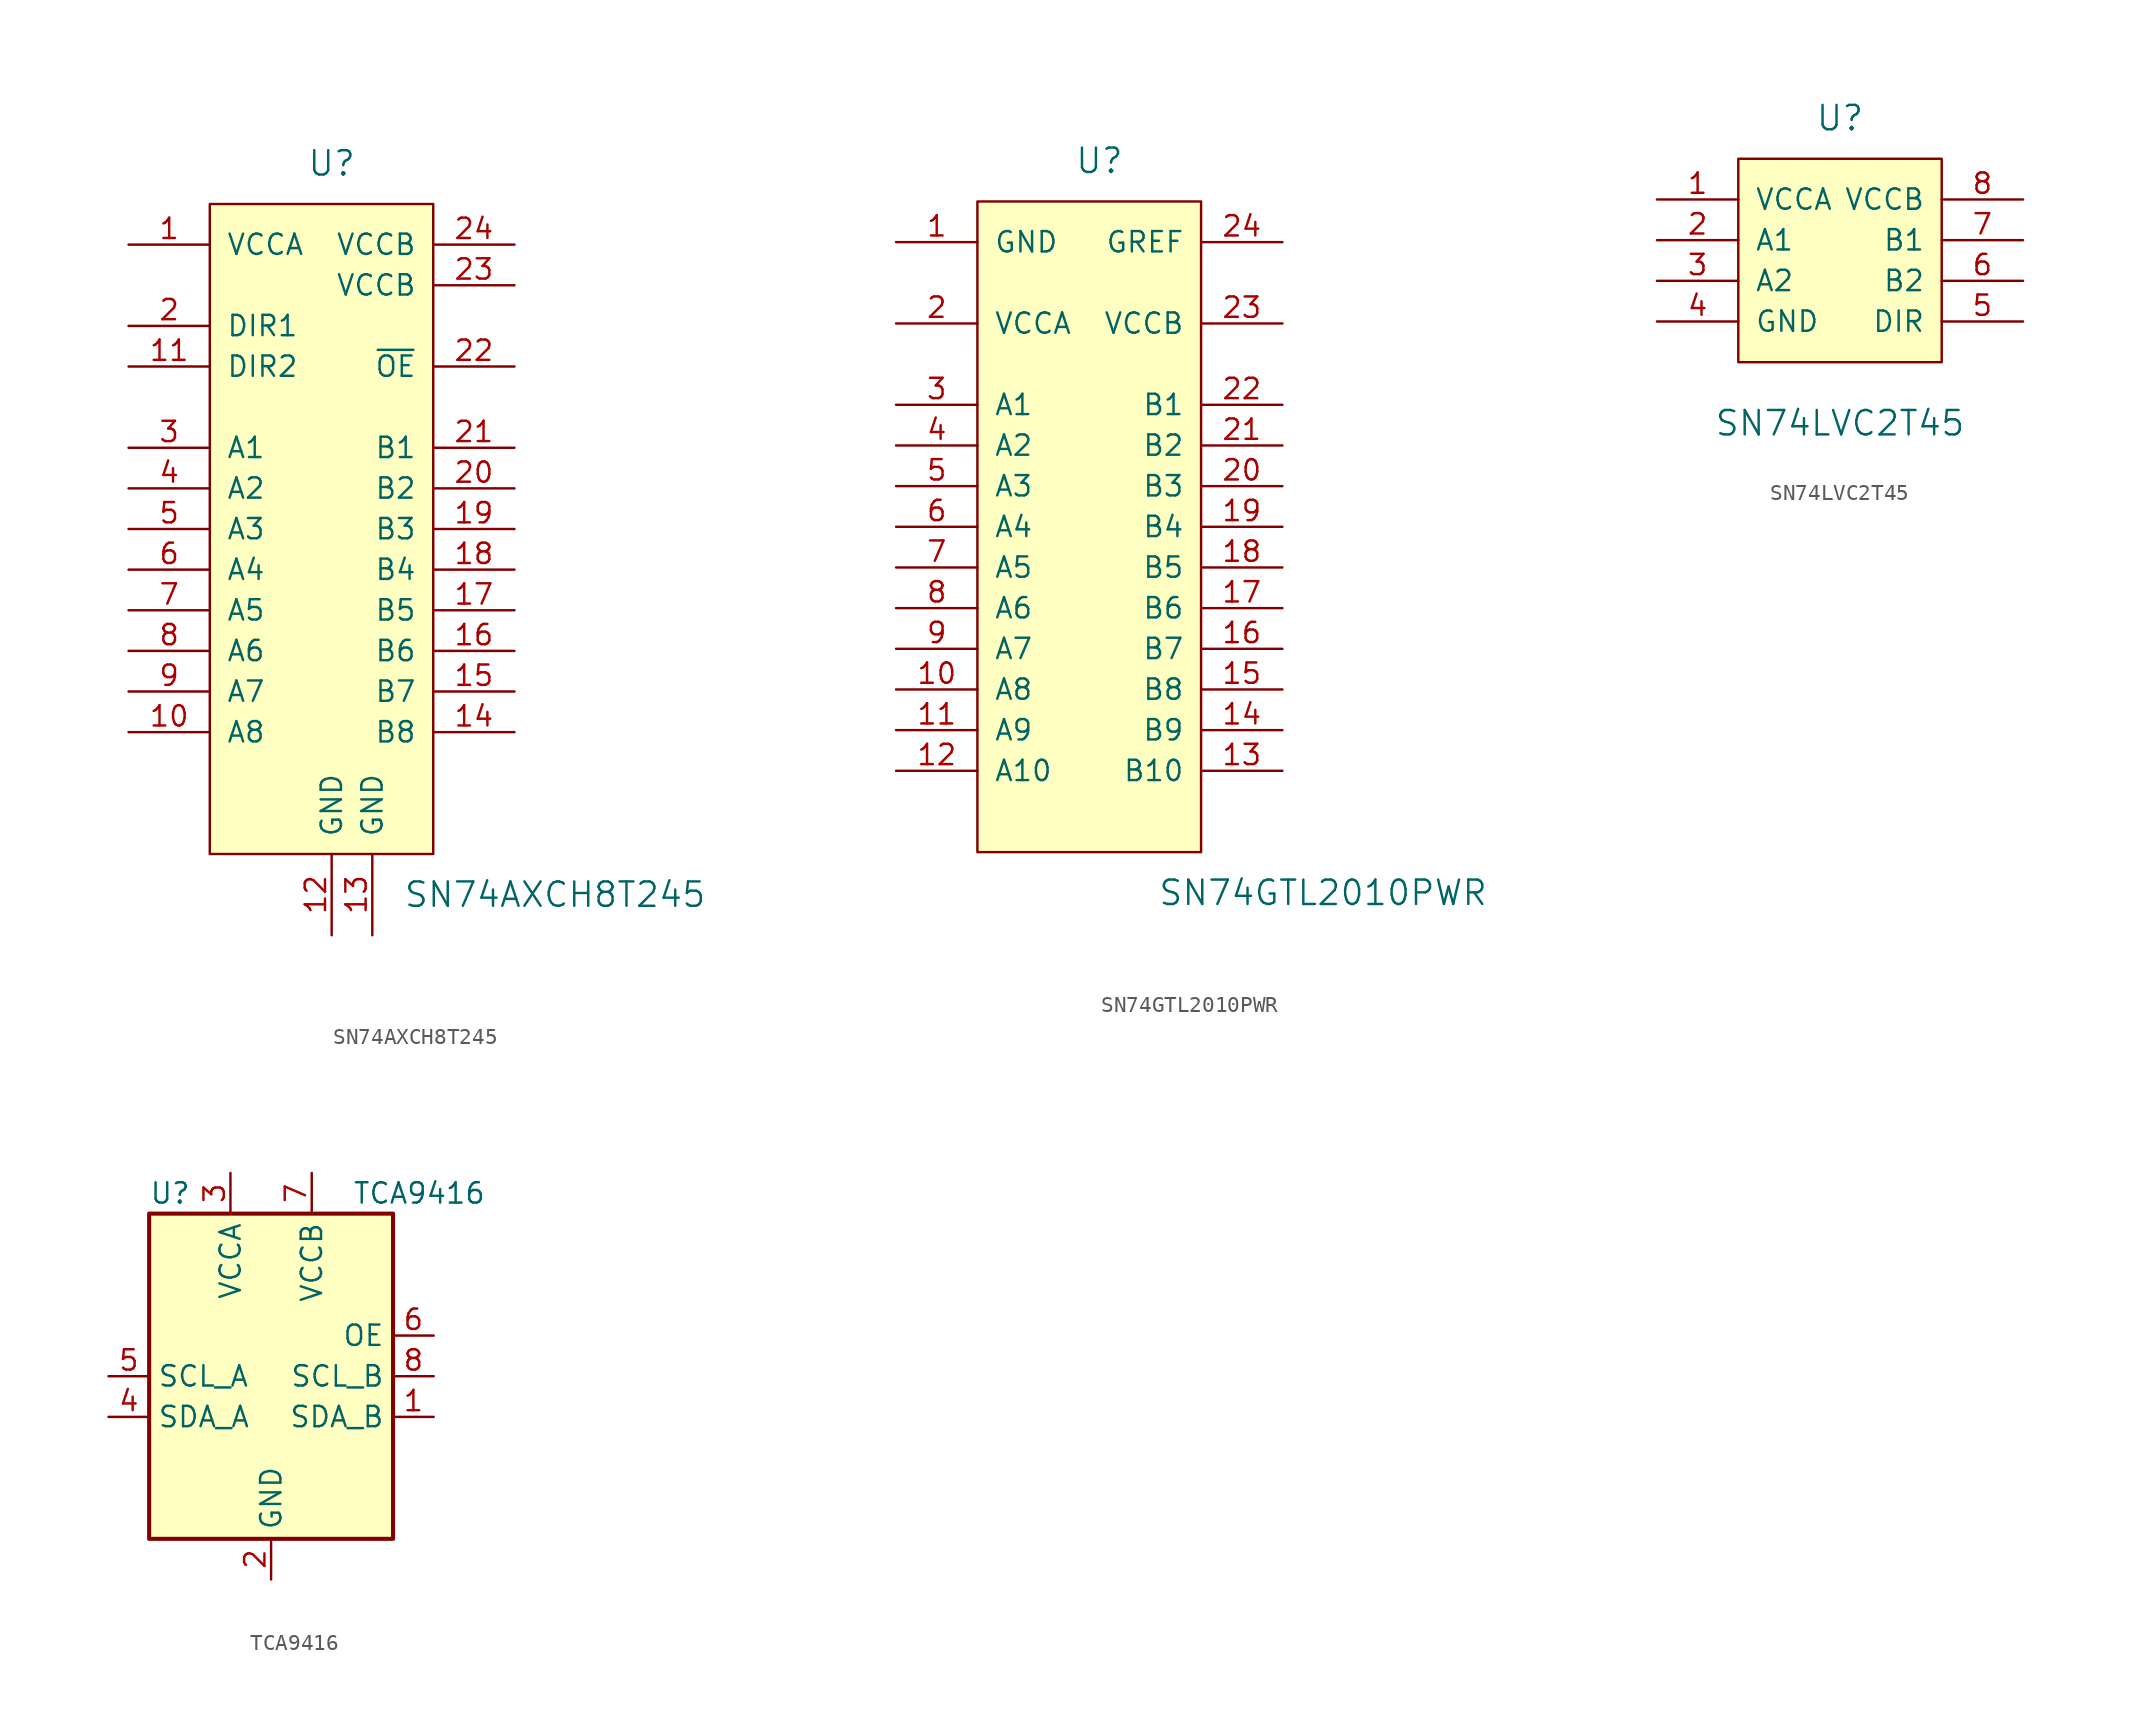
<source format=kicad_sym>
(kicad_symbol_lib
  (version 20201005)
  (generator kicad_symbol_editor)
  (symbol "voltage_translators:SN74AXCH8T245"
    (pin_names
      (offset 1.016))
    (property "Reference" "U"
      (at 0 25.4 0)
      (effects (font (size 1.524 1.524))))
    (property "Value" "SN74AXCH8T245"
      (at 13.97 -20.32 0)
      (effects (font (size 1.524 1.524))))
    (property "Datasheet" ""
      (at 0 0 0)
      (effects (font (size 1.524 1.524))))
    (symbol "SN74AXCH8T245_0_1"
      (rectangle (start -7.62 22.86) (end 6.35 -17.78) (stroke (width 0)) (fill (type background))))
    (symbol "SN74AXCH8T245_1_1"
      (pin input line (at -12.7 20.32 0) (length 5.08) (name "VCCA" (effects (font (size 1.27 1.27)))) (number "1" (effects (font (size 1.27 1.27)))))
      (pin input line (at -12.7 -10.16 0) (length 5.08) (name "A8" (effects (font (size 1.27 1.27)))) (number "10" (effects (font (size 1.27 1.27)))))
      (pin input line (at -12.7 12.7 0) (length 5.08) (name "DIR2" (effects (font (size 1.27 1.27)))) (number "11" (effects (font (size 1.27 1.27)))))
      (pin input line (at 0 -22.86 90) (length 5.08) (name "GND" (effects (font (size 1.27 1.27)))) (number "12" (effects (font (size 1.27 1.27)))))
      (pin input line (at 2.54 -22.86 90) (length 5.08) (name "GND" (effects (font (size 1.27 1.27)))) (number "13" (effects (font (size 1.27 1.27)))))
      (pin input line (at 11.43 -10.16 180) (length 5.08) (name "B8" (effects (font (size 1.27 1.27)))) (number "14" (effects (font (size 1.27 1.27)))))
      (pin input line (at 11.43 -7.62 180) (length 5.08) (name "B7" (effects (font (size 1.27 1.27)))) (number "15" (effects (font (size 1.27 1.27)))))
      (pin input line (at 11.43 -5.08 180) (length 5.08) (name "B6" (effects (font (size 1.27 1.27)))) (number "16" (effects (font (size 1.27 1.27)))))
      (pin input line (at 11.43 -2.54 180) (length 5.08) (name "B5" (effects (font (size 1.27 1.27)))) (number "17" (effects (font (size 1.27 1.27)))))
      (pin input line (at 11.43 0 180) (length 5.08) (name "B4" (effects (font (size 1.27 1.27)))) (number "18" (effects (font (size 1.27 1.27)))))
      (pin input line (at 11.43 2.54 180) (length 5.08) (name "B3" (effects (font (size 1.27 1.27)))) (number "19" (effects (font (size 1.27 1.27)))))
      (pin input line (at -12.7 15.24 0) (length 5.08) (name "DIR1" (effects (font (size 1.27 1.27)))) (number "2" (effects (font (size 1.27 1.27)))))
      (pin input line (at 11.43 5.08 180) (length 5.08) (name "B2" (effects (font (size 1.27 1.27)))) (number "20" (effects (font (size 1.27 1.27)))))
      (pin input line (at 11.43 7.62 180) (length 5.08) (name "B1" (effects (font (size 1.27 1.27)))) (number "21" (effects (font (size 1.27 1.27)))))
      (pin input line (at 11.43 12.7 180) (length 5.08) (name "~OE" (effects (font (size 1.27 1.27)))) (number "22" (effects (font (size 1.27 1.27)))))
      (pin input line (at 11.43 17.78 180) (length 5.08) (name "VCCB" (effects (font (size 1.27 1.27)))) (number "23" (effects (font (size 1.27 1.27)))))
      (pin input line (at 11.43 20.32 180) (length 5.08) (name "VCCB" (effects (font (size 1.27 1.27)))) (number "24" (effects (font (size 1.27 1.27)))))
      (pin input line (at -12.7 7.62 0) (length 5.08) (name "A1" (effects (font (size 1.27 1.27)))) (number "3" (effects (font (size 1.27 1.27)))))
      (pin input line (at -12.7 5.08 0) (length 5.08) (name "A2" (effects (font (size 1.27 1.27)))) (number "4" (effects (font (size 1.27 1.27)))))
      (pin input line (at -12.7 2.54 0) (length 5.08) (name "A3" (effects (font (size 1.27 1.27)))) (number "5" (effects (font (size 1.27 1.27)))))
      (pin input line (at -12.7 0 0) (length 5.08) (name "A4" (effects (font (size 1.27 1.27)))) (number "6" (effects (font (size 1.27 1.27)))))
      (pin input line (at -12.7 -2.54 0) (length 5.08) (name "A5" (effects (font (size 1.27 1.27)))) (number "7" (effects (font (size 1.27 1.27)))))
      (pin input line (at -12.7 -5.08 0) (length 5.08) (name "A6" (effects (font (size 1.27 1.27)))) (number "8" (effects (font (size 1.27 1.27)))))
      (pin input line (at -12.7 -7.62 0) (length 5.08) (name "A7" (effects (font (size 1.27 1.27)))) (number "9" (effects (font (size 1.27 1.27)))))))
  (symbol "voltage_translators:SN74GTL2010PWR"
    (pin_names
      (offset 1.016))
    (property "Reference" "U"
      (at 0 25.4 0)
      (effects (font (size 1.524 1.524))))
    (property "Value" "SN74GTL2010PWR"
      (at 13.97 -20.32 0)
      (effects (font (size 1.524 1.524))))
    (property "Datasheet" ""
      (at 0 0 0)
      (effects (font (size 1.524 1.524))))
    (symbol "SN74GTL2010PWR_0_1"
      (rectangle (start -7.62 22.86) (end 6.35 -17.78) (stroke (width 0)) (fill (type background))))
    (symbol "SN74GTL2010PWR_1_1"
      (pin input line (at -12.7 20.32 0) (length 5.08) (name "GND" (effects (font (size 1.27 1.27)))) (number "1" (effects (font (size 1.27 1.27)))))
      (pin input line (at -12.7 -7.62 0) (length 5.08) (name "A8" (effects (font (size 1.27 1.27)))) (number "10" (effects (font (size 1.27 1.27)))))
      (pin input line (at -12.7 -10.16 0) (length 5.08) (name "A9" (effects (font (size 1.27 1.27)))) (number "11" (effects (font (size 1.27 1.27)))))
      (pin input line (at -12.7 -12.7 0) (length 5.08) (name "A10" (effects (font (size 1.27 1.27)))) (number "12" (effects (font (size 1.27 1.27)))))
      (pin input line (at 11.43 -12.7 180) (length 5.08) (name "B10" (effects (font (size 1.27 1.27)))) (number "13" (effects (font (size 1.27 1.27)))))
      (pin input line (at 11.43 -10.16 180) (length 5.08) (name "B9" (effects (font (size 1.27 1.27)))) (number "14" (effects (font (size 1.27 1.27)))))
      (pin input line (at 11.43 -7.62 180) (length 5.08) (name "B8" (effects (font (size 1.27 1.27)))) (number "15" (effects (font (size 1.27 1.27)))))
      (pin input line (at 11.43 -5.08 180) (length 5.08) (name "B7" (effects (font (size 1.27 1.27)))) (number "16" (effects (font (size 1.27 1.27)))))
      (pin input line (at 11.43 -2.54 180) (length 5.08) (name "B6" (effects (font (size 1.27 1.27)))) (number "17" (effects (font (size 1.27 1.27)))))
      (pin input line (at 11.43 0 180) (length 5.08) (name "B5" (effects (font (size 1.27 1.27)))) (number "18" (effects (font (size 1.27 1.27)))))
      (pin input line (at 11.43 2.54 180) (length 5.08) (name "B4" (effects (font (size 1.27 1.27)))) (number "19" (effects (font (size 1.27 1.27)))))
      (pin input line (at -12.7 15.24 0) (length 5.08) (name "VCCA" (effects (font (size 1.27 1.27)))) (number "2" (effects (font (size 1.27 1.27)))))
      (pin input line (at 11.43 5.08 180) (length 5.08) (name "B3" (effects (font (size 1.27 1.27)))) (number "20" (effects (font (size 1.27 1.27)))))
      (pin input line (at 11.43 7.62 180) (length 5.08) (name "B2" (effects (font (size 1.27 1.27)))) (number "21" (effects (font (size 1.27 1.27)))))
      (pin input line (at 11.43 10.16 180) (length 5.08) (name "B1" (effects (font (size 1.27 1.27)))) (number "22" (effects (font (size 1.27 1.27)))))
      (pin input line (at 11.43 15.24 180) (length 5.08) (name "VCCB" (effects (font (size 1.27 1.27)))) (number "23" (effects (font (size 1.27 1.27)))))
      (pin input line (at 11.43 20.32 180) (length 5.08) (name "GREF" (effects (font (size 1.27 1.27)))) (number "24" (effects (font (size 1.27 1.27)))))
      (pin input line (at -12.7 10.16 0) (length 5.08) (name "A1" (effects (font (size 1.27 1.27)))) (number "3" (effects (font (size 1.27 1.27)))))
      (pin input line (at -12.7 7.62 0) (length 5.08) (name "A2" (effects (font (size 1.27 1.27)))) (number "4" (effects (font (size 1.27 1.27)))))
      (pin input line (at -12.7 5.08 0) (length 5.08) (name "A3" (effects (font (size 1.27 1.27)))) (number "5" (effects (font (size 1.27 1.27)))))
      (pin input line (at -12.7 2.54 0) (length 5.08) (name "A4" (effects (font (size 1.27 1.27)))) (number "6" (effects (font (size 1.27 1.27)))))
      (pin input line (at -12.7 0 0) (length 5.08) (name "A5" (effects (font (size 1.27 1.27)))) (number "7" (effects (font (size 1.27 1.27)))))
      (pin input line (at -12.7 -2.54 0) (length 5.08) (name "A6" (effects (font (size 1.27 1.27)))) (number "8" (effects (font (size 1.27 1.27)))))
      (pin input line (at -12.7 -5.08 0) (length 5.08) (name "A7" (effects (font (size 1.27 1.27)))) (number "9" (effects (font (size 1.27 1.27)))))))
  (symbol "voltage_translators:SN74LVC2T45"
    (pin_names
      (offset 1.016))
    (property "Reference" "U"
      (at 0 10.16 0)
      (effects (font (size 1.524 1.524))))
    (property "Value" "SN74LVC2T45"
      (at 0 -8.89 0)
      (effects (font (size 1.524 1.524))))
    (symbol "SN74LVC2T45_0_1"
      (rectangle (start -6.35 7.62) (end 6.35 -5.08) (stroke (width 0)) (fill (type background))))
    (symbol "SN74LVC2T45_1_1"
      (pin input line (at -11.43 5.08 0) (length 5.08) (name "VCCA" (effects (font (size 1.27 1.27)))) (number "1" (effects (font (size 1.27 1.27)))))
      (pin input line (at -11.43 2.54 0) (length 5.08) (name "A1" (effects (font (size 1.27 1.27)))) (number "2" (effects (font (size 1.27 1.27)))))
      (pin input line (at -11.43 0 0) (length 5.08) (name "A2" (effects (font (size 1.27 1.27)))) (number "3" (effects (font (size 1.27 1.27)))))
      (pin input line (at -11.43 -2.54 0) (length 5.08) (name "GND" (effects (font (size 1.27 1.27)))) (number "4" (effects (font (size 1.27 1.27)))))
      (pin input line (at 11.43 -2.54 180) (length 5.08) (name "DIR" (effects (font (size 1.27 1.27)))) (number "5" (effects (font (size 1.27 1.27)))))
      (pin input line (at 11.43 0 180) (length 5.08) (name "B2" (effects (font (size 1.27 1.27)))) (number "6" (effects (font (size 1.27 1.27)))))
      (pin input line (at 11.43 2.54 180) (length 5.08) (name "B1" (effects (font (size 1.27 1.27)))) (number "7" (effects (font (size 1.27 1.27)))))
      (pin input line (at 11.43 5.08 180) (length 5.08) (name "VCCB" (effects (font (size 1.27 1.27)))) (number "8" (effects (font (size 1.27 1.27)))))))
  (symbol "voltage_translators:TCA9416"
    (property "Reference" "U"
      (at -7.62 11.43 0)
      (effects (font (size 1.27 1.27)) (justify left)))
    (property "Value" "TCA9416"
      (at 5.08 11.43 0)
      (effects (font (size 1.27 1.27)) (justify left)))
    (symbol "TCA9416_0_1"
      (rectangle (start -7.62 10.16) (end 7.62 -10.16) (stroke (width 0.254)) (fill (type background))))
    (symbol "TCA9416_1_1"
      (pin bidirectional line (at 10.16 -2.54 180) (length 2.54) (name "SDA_B" (effects (font (size 1.27 1.27)))) (number "1" (effects (font (size 1.27 1.27)))))
      (pin power_in line (at 0 -12.7 90) (length 2.54) (name "GND" (effects (font (size 1.27 1.27)))) (number "2" (effects (font (size 1.27 1.27)))))
      (pin power_in line (at -2.54 12.7 270) (length 2.54) (name "VCCA" (effects (font (size 1.27 1.27)))) (number "3" (effects (font (size 1.27 1.27)))))
      (pin bidirectional line (at -10.16 -2.54 0) (length 2.54) (name "SDA_A" (effects (font (size 1.27 1.27)))) (number "4" (effects (font (size 1.27 1.27)))))
      (pin bidirectional line (at -10.16 0 0) (length 2.54) (name "SCL_A" (effects (font (size 1.27 1.27)))) (number "5" (effects (font (size 1.27 1.27)))))
      (pin input line (at 10.16 2.54 180) (length 2.54) (name "OE" (effects (font (size 1.27 1.27)))) (number "6" (effects (font (size 1.27 1.27)))))
      (pin power_in line (at 2.54 12.7 270) (length 2.54) (name "VCCB" (effects (font (size 1.27 1.27)))) (number "7" (effects (font (size 1.27 1.27)))))
      (pin bidirectional line (at 10.16 0 180) (length 2.54) (name "SCL_B" (effects (font (size 1.27 1.27)))) (number "8" (effects (font (size 1.27 1.27))))))))
</source>
